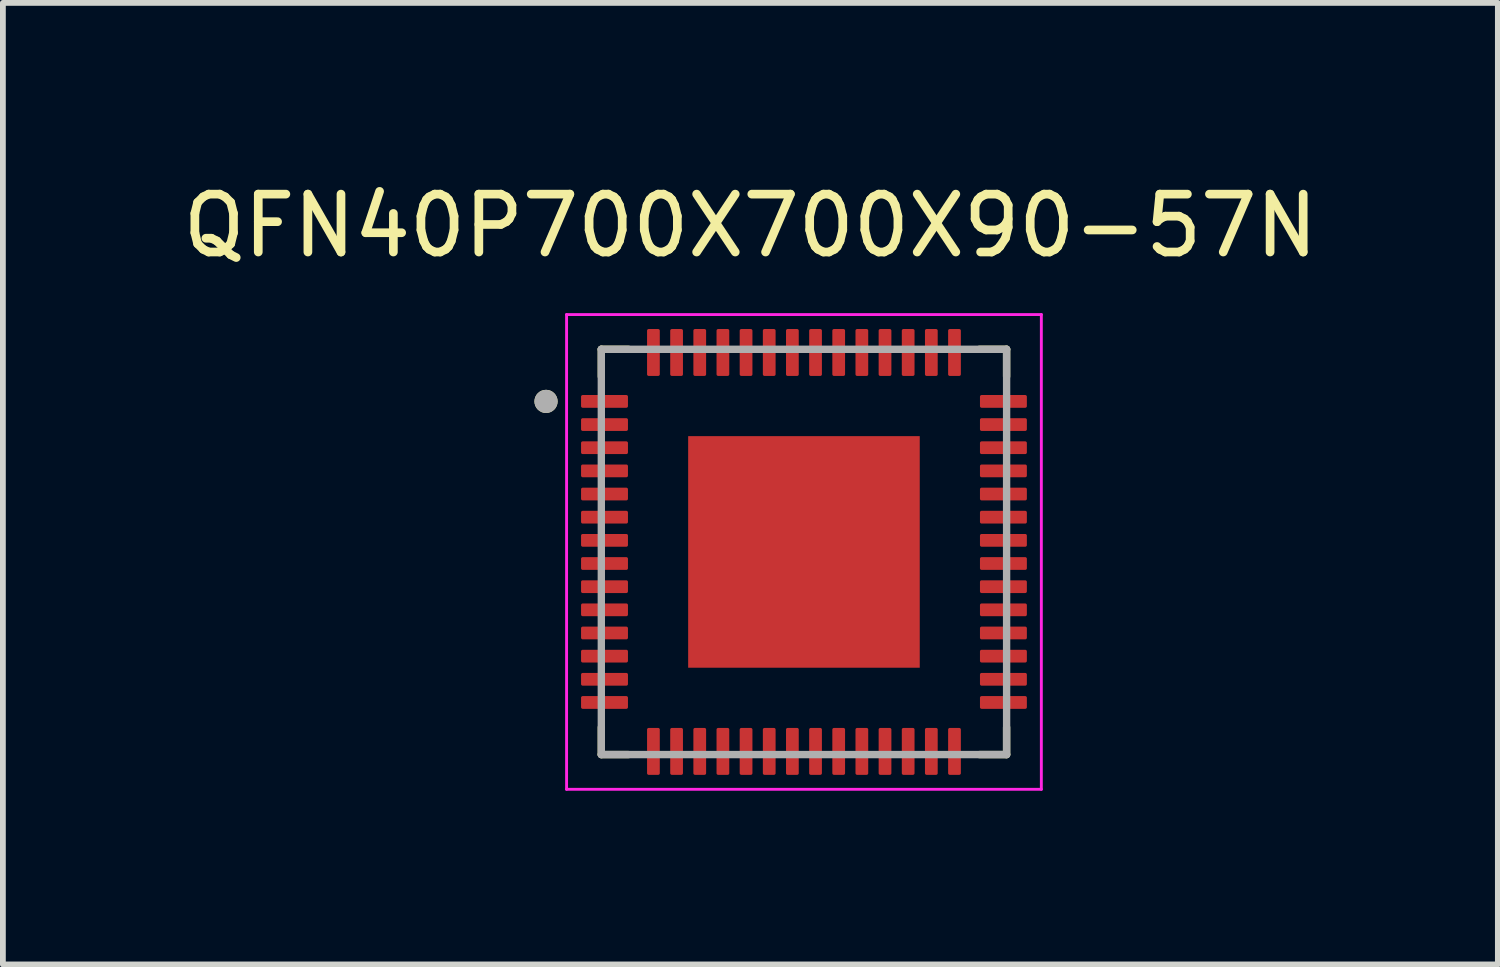
<source format=kicad_pcb>
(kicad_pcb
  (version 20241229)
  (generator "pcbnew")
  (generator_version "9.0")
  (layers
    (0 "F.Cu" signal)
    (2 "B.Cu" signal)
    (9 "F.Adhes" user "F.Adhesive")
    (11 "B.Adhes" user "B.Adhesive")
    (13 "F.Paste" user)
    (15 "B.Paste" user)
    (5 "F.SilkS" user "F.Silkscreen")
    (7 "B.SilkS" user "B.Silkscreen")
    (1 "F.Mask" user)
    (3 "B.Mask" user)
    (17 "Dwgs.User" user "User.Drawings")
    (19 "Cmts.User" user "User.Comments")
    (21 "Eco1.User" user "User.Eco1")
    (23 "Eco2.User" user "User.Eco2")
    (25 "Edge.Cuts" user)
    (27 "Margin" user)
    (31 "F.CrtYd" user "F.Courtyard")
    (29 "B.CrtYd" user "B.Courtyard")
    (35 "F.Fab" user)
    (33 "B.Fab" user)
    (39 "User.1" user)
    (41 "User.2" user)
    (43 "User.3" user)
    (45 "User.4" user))
  (footprint "QFN40P700X700X90-57N"
    (layer "F.Cu")
    (at 10.836 6.483)
    (property "Reference" "QFN40P700X700X90-57N" (at -0.925 -5.635 0) (layer "F.SilkS") (effects (font (size 1 1) (thickness 0.15))))
    (attr smd)
    (fp_line (start -3.5 -3.5) (end -3.5 -3.03) (stroke (width 0.127) (type solid)) (layer "F.SilkS"))
    (fp_line (start -3.5 -3.5) (end -3.03 -3.5) (stroke (width 0.127) (type solid)) (layer "F.SilkS"))
    (fp_line (start -3.5 3.5) (end -3.5 3.03) (stroke (width 0.127) (type solid)) (layer "F.SilkS"))
    (fp_line (start -3.5 3.5) (end -3.03 3.5) (stroke (width 0.127) (type solid)) (layer "F.SilkS"))
    (fp_line (start 3.5 -3.5) (end 3.03 -3.5) (stroke (width 0.127) (type solid)) (layer "F.SilkS"))
    (fp_line (start 3.5 -3.5) (end 3.5 -3.03) (stroke (width 0.127) (type solid)) (layer "F.SilkS"))
    (fp_line (start 3.5 3.5) (end 3.03 3.5) (stroke (width 0.127) (type solid)) (layer "F.SilkS"))
    (fp_line (start 3.5 3.5) (end 3.5 3.03) (stroke (width 0.127) (type solid)) (layer "F.SilkS"))
    (fp_circle (center -4.455 -2.6) (end -4.355 -2.6) (stroke (width 0.2) (type solid)) (fill no) (layer "F.SilkS"))
    (fp_poly (pts (xy -1.515 -1.515) (xy -0.245 -1.515) (xy -0.245 -0.245) (xy -1.515 -0.245)) (stroke (width 0.01) (type solid)) (fill yes) (layer "F.Paste"))
    (fp_poly (pts (xy -1.515 0.245) (xy -0.245 0.245) (xy -0.245 1.515) (xy -1.515 1.515)) (stroke (width 0.01) (type solid)) (fill yes) (layer "F.Paste"))
    (fp_poly (pts (xy 0.245 -1.515) (xy 1.515 -1.515) (xy 1.515 -0.245) (xy 0.245 -0.245)) (stroke (width 0.01) (type solid)) (fill yes) (layer "F.Paste"))
    (fp_poly (pts (xy 0.245 0.245) (xy 1.515 0.245) (xy 1.515 1.515) (xy 0.245 1.515)) (stroke (width 0.01) (type solid)) (fill yes) (layer "F.Paste"))
    (fp_line (start -4.1 -4.1) (end 4.1 -4.1) (stroke (width 0.05) (type solid)) (layer "F.CrtYd"))
    (fp_line (start -4.1 4.1) (end -4.1 -4.1) (stroke (width 0.05) (type solid)) (layer "F.CrtYd"))
    (fp_line (start -4.1 4.1) (end 4.1 4.1) (stroke (width 0.05) (type solid)) (layer "F.CrtYd"))
    (fp_line (start 4.1 4.1) (end 4.1 -4.1) (stroke (width 0.05) (type solid)) (layer "F.CrtYd"))
    (fp_line (start -3.5 3.5) (end -3.5 -3.5) (stroke (width 0.127) (type solid)) (layer "F.Fab"))
    (fp_line (start 3.5 -3.5) (end -3.5 -3.5) (stroke (width 0.127) (type solid)) (layer "F.Fab"))
    (fp_line (start 3.5 3.5) (end -3.5 3.5) (stroke (width 0.127) (type solid)) (layer "F.Fab"))
    (fp_line (start 3.5 3.5) (end 3.5 -3.5) (stroke (width 0.127) (type solid)) (layer "F.Fab"))
    (fp_circle (center -4.455 -2.6) (end -4.355 -2.6) (stroke (width 0.2) (type solid)) (fill no) (layer "F.Fab"))
    (pad "1" smd roundrect (at -3.445 -2.6) (size 0.81 0.22) (layers "F.Cu" "F.Mask" "F.Paste") (roundrect_rratio 0.125))
    (pad "2" smd roundrect (at -3.445 -2.2) (size 0.81 0.22) (layers "F.Cu" "F.Mask" "F.Paste") (roundrect_rratio 0.125))
    (pad "3" smd roundrect (at -3.445 -1.8) (size 0.81 0.22) (layers "F.Cu" "F.Mask" "F.Paste") (roundrect_rratio 0.125))
    (pad "4" smd roundrect (at -3.445 -1.4) (size 0.81 0.22) (layers "F.Cu" "F.Mask" "F.Paste") (roundrect_rratio 0.125))
    (pad "5" smd roundrect (at -3.445 -1) (size 0.81 0.22) (layers "F.Cu" "F.Mask" "F.Paste") (roundrect_rratio 0.125))
    (pad "6" smd roundrect (at -3.445 -0.6) (size 0.81 0.22) (layers "F.Cu" "F.Mask" "F.Paste") (roundrect_rratio 0.125))
    (pad "7" smd roundrect (at -3.445 -0.2) (size 0.81 0.22) (layers "F.Cu" "F.Mask" "F.Paste") (roundrect_rratio 0.125))
    (pad "8" smd roundrect (at -3.445 0.2) (size 0.81 0.22) (layers "F.Cu" "F.Mask" "F.Paste") (roundrect_rratio 0.125))
    (pad "9" smd roundrect (at -3.445 0.6) (size 0.81 0.22) (layers "F.Cu" "F.Mask" "F.Paste") (roundrect_rratio 0.125))
    (pad "10" smd roundrect (at -3.445 1) (size 0.81 0.22) (layers "F.Cu" "F.Mask" "F.Paste") (roundrect_rratio 0.125))
    (pad "11" smd roundrect (at -3.445 1.4) (size 0.81 0.22) (layers "F.Cu" "F.Mask" "F.Paste") (roundrect_rratio 0.125))
    (pad "12" smd roundrect (at -3.445 1.8) (size 0.81 0.22) (layers "F.Cu" "F.Mask" "F.Paste") (roundrect_rratio 0.125))
    (pad "13" smd roundrect (at -3.445 2.2) (size 0.81 0.22) (layers "F.Cu" "F.Mask" "F.Paste") (roundrect_rratio 0.125))
    (pad "14" smd roundrect (at -3.445 2.6) (size 0.81 0.22) (layers "F.Cu" "F.Mask" "F.Paste") (roundrect_rratio 0.125))
    (pad "15" smd roundrect (at -2.6 3.445) (size 0.22 0.81) (layers "F.Cu" "F.Mask" "F.Paste") (roundrect_rratio 0.125))
    (pad "16" smd roundrect (at -2.2 3.445) (size 0.22 0.81) (layers "F.Cu" "F.Mask" "F.Paste") (roundrect_rratio 0.125))
    (pad "17" smd roundrect (at -1.8 3.445) (size 0.22 0.81) (layers "F.Cu" "F.Mask" "F.Paste") (roundrect_rratio 0.125))
    (pad "18" smd roundrect (at -1.4 3.445) (size 0.22 0.81) (layers "F.Cu" "F.Mask" "F.Paste") (roundrect_rratio 0.125))
    (pad "19" smd roundrect (at -1 3.445) (size 0.22 0.81) (layers "F.Cu" "F.Mask" "F.Paste") (roundrect_rratio 0.125))
    (pad "20" smd roundrect (at -0.6 3.445) (size 0.22 0.81) (layers "F.Cu" "F.Mask" "F.Paste") (roundrect_rratio 0.125))
    (pad "21" smd roundrect (at -0.2 3.445) (size 0.22 0.81) (layers "F.Cu" "F.Mask" "F.Paste") (roundrect_rratio 0.125))
    (pad "22" smd roundrect (at 0.2 3.445) (size 0.22 0.81) (layers "F.Cu" "F.Mask" "F.Paste") (roundrect_rratio 0.125))
    (pad "23" smd roundrect (at 0.6 3.445) (size 0.22 0.81) (layers "F.Cu" "F.Mask" "F.Paste") (roundrect_rratio 0.125))
    (pad "24" smd roundrect (at 1 3.445) (size 0.22 0.81) (layers "F.Cu" "F.Mask" "F.Paste") (roundrect_rratio 0.125))
    (pad "25" smd roundrect (at 1.4 3.445) (size 0.22 0.81) (layers "F.Cu" "F.Mask" "F.Paste") (roundrect_rratio 0.125))
    (pad "26" smd roundrect (at 1.8 3.445) (size 0.22 0.81) (layers "F.Cu" "F.Mask" "F.Paste") (roundrect_rratio 0.125))
    (pad "27" smd roundrect (at 2.2 3.445) (size 0.22 0.81) (layers "F.Cu" "F.Mask" "F.Paste") (roundrect_rratio 0.125))
    (pad "28" smd roundrect (at 2.6 3.445) (size 0.22 0.81) (layers "F.Cu" "F.Mask" "F.Paste") (roundrect_rratio 0.125))
    (pad "29" smd roundrect (at 3.445 2.6) (size 0.81 0.22) (layers "F.Cu" "F.Mask" "F.Paste") (roundrect_rratio 0.125))
    (pad "30" smd roundrect (at 3.445 2.2) (size 0.81 0.22) (layers "F.Cu" "F.Mask" "F.Paste") (roundrect_rratio 0.125))
    (pad "31" smd roundrect (at 3.445 1.8) (size 0.81 0.22) (layers "F.Cu" "F.Mask" "F.Paste") (roundrect_rratio 0.125))
    (pad "32" smd roundrect (at 3.445 1.4) (size 0.81 0.22) (layers "F.Cu" "F.Mask" "F.Paste") (roundrect_rratio 0.125))
    (pad "33" smd roundrect (at 3.445 1) (size 0.81 0.22) (layers "F.Cu" "F.Mask" "F.Paste") (roundrect_rratio 0.125))
    (pad "34" smd roundrect (at 3.445 0.6) (size 0.81 0.22) (layers "F.Cu" "F.Mask" "F.Paste") (roundrect_rratio 0.125))
    (pad "35" smd roundrect (at 3.445 0.2) (size 0.81 0.22) (layers "F.Cu" "F.Mask" "F.Paste") (roundrect_rratio 0.125))
    (pad "36" smd roundrect (at 3.445 -0.2) (size 0.81 0.22) (layers "F.Cu" "F.Mask" "F.Paste") (roundrect_rratio 0.125))
    (pad "37" smd roundrect (at 3.445 -0.6) (size 0.81 0.22) (layers "F.Cu" "F.Mask" "F.Paste") (roundrect_rratio 0.125))
    (pad "38" smd roundrect (at 3.445 -1) (size 0.81 0.22) (layers "F.Cu" "F.Mask" "F.Paste") (roundrect_rratio 0.125))
    (pad "39" smd roundrect (at 3.445 -1.4) (size 0.81 0.22) (layers "F.Cu" "F.Mask" "F.Paste") (roundrect_rratio 0.125))
    (pad "40" smd roundrect (at 3.445 -1.8) (size 0.81 0.22) (layers "F.Cu" "F.Mask" "F.Paste") (roundrect_rratio 0.125))
    (pad "41" smd roundrect (at 3.445 -2.2) (size 0.81 0.22) (layers "F.Cu" "F.Mask" "F.Paste") (roundrect_rratio 0.125))
    (pad "42" smd roundrect (at 3.445 -2.6) (size 0.81 0.22) (layers "F.Cu" "F.Mask" "F.Paste") (roundrect_rratio 0.125))
    (pad "43" smd roundrect (at 2.6 -3.445) (size 0.22 0.81) (layers "F.Cu" "F.Mask" "F.Paste") (roundrect_rratio 0.125))
    (pad "44" smd roundrect (at 2.2 -3.445) (size 0.22 0.81) (layers "F.Cu" "F.Mask" "F.Paste") (roundrect_rratio 0.125))
    (pad "45" smd roundrect (at 1.8 -3.445) (size 0.22 0.81) (layers "F.Cu" "F.Mask" "F.Paste") (roundrect_rratio 0.125))
    (pad "46" smd roundrect (at 1.4 -3.445) (size 0.22 0.81) (layers "F.Cu" "F.Mask" "F.Paste") (roundrect_rratio 0.125))
    (pad "47" smd roundrect (at 1 -3.445) (size 0.22 0.81) (layers "F.Cu" "F.Mask" "F.Paste") (roundrect_rratio 0.125))
    (pad "48" smd roundrect (at 0.6 -3.445) (size 0.22 0.81) (layers "F.Cu" "F.Mask" "F.Paste") (roundrect_rratio 0.125))
    (pad "49" smd roundrect (at 0.2 -3.445) (size 0.22 0.81) (layers "F.Cu" "F.Mask" "F.Paste") (roundrect_rratio 0.125))
    (pad "50" smd roundrect (at -0.2 -3.445) (size 0.22 0.81) (layers "F.Cu" "F.Mask" "F.Paste") (roundrect_rratio 0.125))
    (pad "51" smd roundrect (at -0.6 -3.445) (size 0.22 0.81) (layers "F.Cu" "F.Mask" "F.Paste") (roundrect_rratio 0.125))
    (pad "52" smd roundrect (at -1 -3.445) (size 0.22 0.81) (layers "F.Cu" "F.Mask" "F.Paste") (roundrect_rratio 0.125))
    (pad "53" smd roundrect (at -1.4 -3.445) (size 0.22 0.81) (layers "F.Cu" "F.Mask" "F.Paste") (roundrect_rratio 0.125))
    (pad "54" smd roundrect (at -1.8 -3.445) (size 0.22 0.81) (layers "F.Cu" "F.Mask" "F.Paste") (roundrect_rratio 0.125))
    (pad "55" smd roundrect (at -2.2 -3.445) (size 0.22 0.81) (layers "F.Cu" "F.Mask" "F.Paste") (roundrect_rratio 0.125))
    (pad "56" smd roundrect (at -2.6 -3.445) (size 0.22 0.81) (layers "F.Cu" "F.Mask" "F.Paste") (roundrect_rratio 0.125))
    (pad "57" smd rect (at 0 0) (size 4 4) (layers "F.Cu" "F.Mask")))
  (gr_rect
    (start -3 -3)
    (end 22.821 13.608)
    (stroke (width 0.1) (type default))
    (fill no)
    (layer "Edge.Cuts")))
</source>
